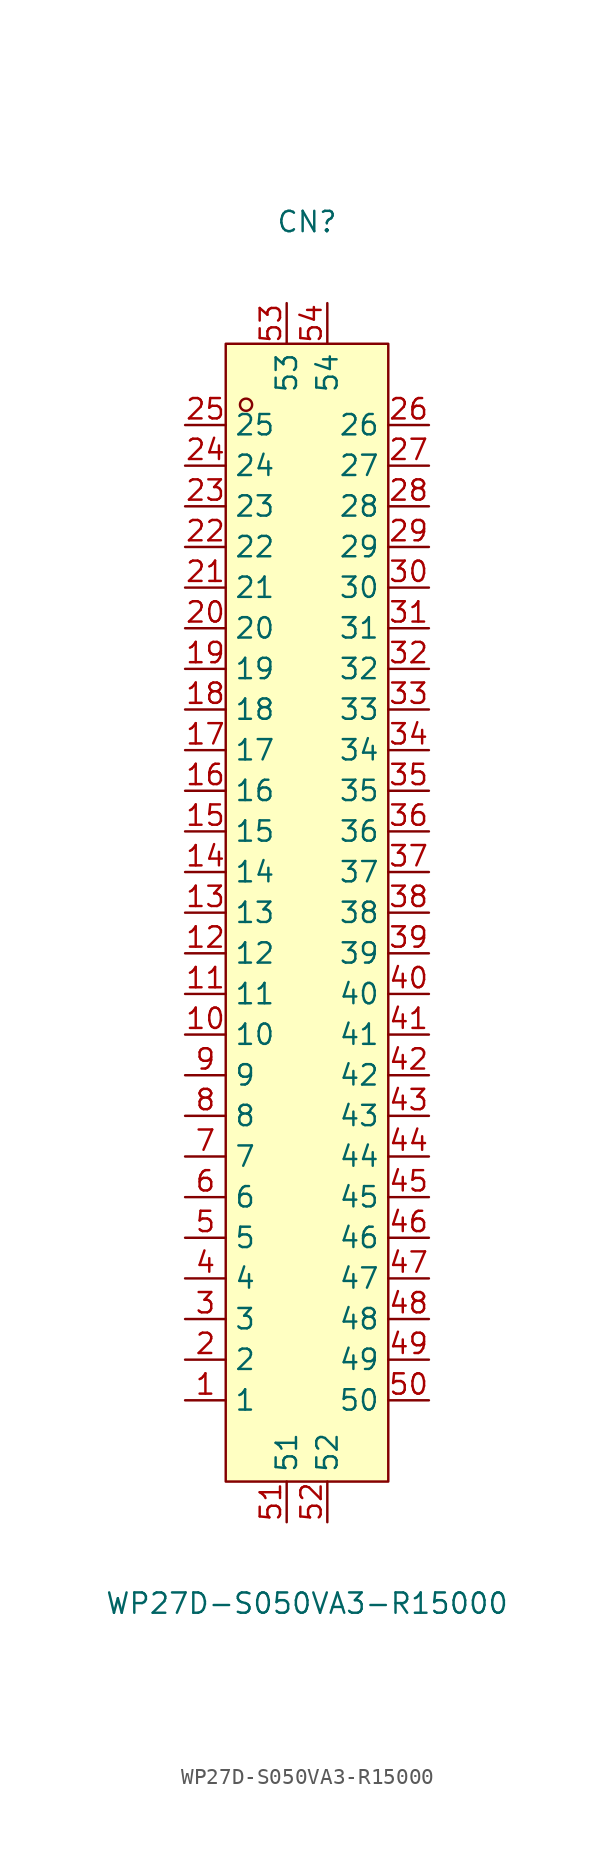
<source format=kicad_sym>
(kicad_symbol_lib
  (version 20220914)
  (generator kicad_symbol_editor)
  (symbol "WP27D-S050VA3-R15000"
    (property "Reference" "CN"
      (at 0 43.18 0)
      (effects (font (size 1.27 1.27))))
    (property "Value" "WP27D-S050VA3-R15000"
      (at 0 -43.18 0)
      (effects (font (size 1.27 1.27))))
    (symbol "WP27D-S050VA3-R15000_0_1"
      (rectangle (start -5.08 35.56) (end 5.08 -35.56) (stroke (width 0) (type default)) (fill (type background)))
      (circle (center -3.81 31.75) (radius 0.38) (stroke (width 0) (type default)) (fill (type none)))
      (pin unspecified line (at 7.62 -30.48 180) (length 2.54) (name "50" (effects (font (size 1.27 1.27)))) (number "50" (effects (font (size 1.27 1.27)))))
      (pin unspecified line (at -1.27 -38.1 90) (length 2.54) (name "51" (effects (font (size 1.27 1.27)))) (number "51" (effects (font (size 1.27 1.27)))))
      (pin unspecified line (at 1.27 -38.1 90) (length 2.54) (name "52" (effects (font (size 1.27 1.27)))) (number "52" (effects (font (size 1.27 1.27)))))
      (pin unspecified line (at -1.27 38.1 270) (length 2.54) (name "53" (effects (font (size 1.27 1.27)))) (number "53" (effects (font (size 1.27 1.27)))))
      (pin unspecified line (at 1.27 38.1 270) (length 2.54) (name "54" (effects (font (size 1.27 1.27)))) (number "54" (effects (font (size 1.27 1.27))))))
    (symbol "WP27D-S050VA3-R15000_1_1"
      (pin unspecified line (at -7.62 -30.48 0) (length 2.54) (name "1" (effects (font (size 1.27 1.27)))) (number "1" (effects (font (size 1.27 1.27)))))
      (pin input line (at -7.62 -7.62 0) (length 2.54) (name "10" (effects (font (size 1.27 1.27)))) (number "10" (effects (font (size 1.27 1.27)))))
      (pin unspecified line (at -7.62 -5.08 0) (length 2.54) (name "11" (effects (font (size 1.27 1.27)))) (number "11" (effects (font (size 1.27 1.27)))))
      (pin unspecified line (at -7.62 -2.54 0) (length 2.54) (name "12" (effects (font (size 1.27 1.27)))) (number "12" (effects (font (size 1.27 1.27)))))
      (pin unspecified line (at -7.62 0 0) (length 2.54) (name "13" (effects (font (size 1.27 1.27)))) (number "13" (effects (font (size 1.27 1.27)))))
      (pin power_in line (at -7.62 2.54 0) (length 2.54) (name "14" (effects (font (size 1.27 1.27)))) (number "14" (effects (font (size 1.27 1.27)))))
      (pin power_in line (at -7.62 5.08 0) (length 2.54) (name "15" (effects (font (size 1.27 1.27)))) (number "15" (effects (font (size 1.27 1.27)))))
      (pin unspecified line (at -7.62 7.62 0) (length 2.54) (name "16" (effects (font (size 1.27 1.27)))) (number "16" (effects (font (size 1.27 1.27)))))
      (pin unspecified line (at -7.62 10.16 0) (length 2.54) (name "17" (effects (font (size 1.27 1.27)))) (number "17" (effects (font (size 1.27 1.27)))))
      (pin unspecified line (at -7.62 12.7 0) (length 2.54) (name "18" (effects (font (size 1.27 1.27)))) (number "18" (effects (font (size 1.27 1.27)))))
      (pin unspecified line (at -7.62 15.24 0) (length 2.54) (name "19" (effects (font (size 1.27 1.27)))) (number "19" (effects (font (size 1.27 1.27)))))
      (pin unspecified line (at -7.62 -27.94 0) (length 2.54) (name "2" (effects (font (size 1.27 1.27)))) (number "2" (effects (font (size 1.27 1.27)))))
      (pin unspecified line (at -7.62 17.78 0) (length 2.54) (name "20" (effects (font (size 1.27 1.27)))) (number "20" (effects (font (size 1.27 1.27)))))
      (pin unspecified line (at -7.62 20.32 0) (length 2.54) (name "21" (effects (font (size 1.27 1.27)))) (number "21" (effects (font (size 1.27 1.27)))))
      (pin unspecified line (at -7.62 22.86 0) (length 2.54) (name "22" (effects (font (size 1.27 1.27)))) (number "22" (effects (font (size 1.27 1.27)))))
      (pin unspecified line (at -7.62 25.4 0) (length 2.54) (name "23" (effects (font (size 1.27 1.27)))) (number "23" (effects (font (size 1.27 1.27)))))
      (pin unspecified line (at -7.62 27.94 0) (length 2.54) (name "24" (effects (font (size 1.27 1.27)))) (number "24" (effects (font (size 1.27 1.27)))))
      (pin unspecified line (at -7.62 30.48 0) (length 2.54) (name "25" (effects (font (size 1.27 1.27)))) (number "25" (effects (font (size 1.27 1.27)))))
      (pin unspecified line (at 7.62 30.48 180) (length 2.54) (name "26" (effects (font (size 1.27 1.27)))) (number "26" (effects (font (size 1.27 1.27)))))
      (pin unspecified line (at 7.62 27.94 180) (length 2.54) (name "27" (effects (font (size 1.27 1.27)))) (number "27" (effects (font (size 1.27 1.27)))))
      (pin unspecified line (at 7.62 25.4 180) (length 2.54) (name "28" (effects (font (size 1.27 1.27)))) (number "28" (effects (font (size 1.27 1.27)))))
      (pin unspecified line (at 7.62 22.86 180) (length 2.54) (name "29" (effects (font (size 1.27 1.27)))) (number "29" (effects (font (size 1.27 1.27)))))
      (pin unspecified line (at -7.62 -25.4 0) (length 2.54) (name "3" (effects (font (size 1.27 1.27)))) (number "3" (effects (font (size 1.27 1.27)))))
      (pin unspecified line (at 7.62 20.32 180) (length 2.54) (name "30" (effects (font (size 1.27 1.27)))) (number "30" (effects (font (size 1.27 1.27)))))
      (pin unspecified line (at 7.62 17.78 180) (length 2.54) (name "31" (effects (font (size 1.27 1.27)))) (number "31" (effects (font (size 1.27 1.27)))))
      (pin unspecified line (at 7.62 15.24 180) (length 2.54) (name "32" (effects (font (size 1.27 1.27)))) (number "32" (effects (font (size 1.27 1.27)))))
      (pin unspecified line (at 7.62 12.7 180) (length 2.54) (name "33" (effects (font (size 1.27 1.27)))) (number "33" (effects (font (size 1.27 1.27)))))
      (pin unspecified line (at 7.62 10.16 180) (length 2.54) (name "34" (effects (font (size 1.27 1.27)))) (number "34" (effects (font (size 1.27 1.27)))))
      (pin unspecified line (at 7.62 7.62 180) (length 2.54) (name "35" (effects (font (size 1.27 1.27)))) (number "35" (effects (font (size 1.27 1.27)))))
      (pin unspecified line (at 7.62 5.08 180) (length 2.54) (name "36" (effects (font (size 1.27 1.27)))) (number "36" (effects (font (size 1.27 1.27)))))
      (pin unspecified line (at 7.62 2.54 180) (length 2.54) (name "37" (effects (font (size 1.27 1.27)))) (number "37" (effects (font (size 1.27 1.27)))))
      (pin unspecified line (at 7.62 0 180) (length 2.54) (name "38" (effects (font (size 1.27 1.27)))) (number "38" (effects (font (size 1.27 1.27)))))
      (pin unspecified line (at 7.62 -2.54 180) (length 2.54) (name "39" (effects (font (size 1.27 1.27)))) (number "39" (effects (font (size 1.27 1.27)))))
      (pin unspecified line (at -7.62 -22.86 0) (length 2.54) (name "4" (effects (font (size 1.27 1.27)))) (number "4" (effects (font (size 1.27 1.27)))))
      (pin unspecified line (at 7.62 -5.08 180) (length 2.54) (name "40" (effects (font (size 1.27 1.27)))) (number "40" (effects (font (size 1.27 1.27)))))
      (pin input line (at 7.62 -7.62 180) (length 2.54) (name "41" (effects (font (size 1.27 1.27)))) (number "41" (effects (font (size 1.27 1.27)))))
      (pin input line (at 7.62 -10.16 180) (length 2.54) (name "42" (effects (font (size 1.27 1.27)))) (number "42" (effects (font (size 1.27 1.27)))))
      (pin input line (at 7.62 -12.7 180) (length 2.54) (name "43" (effects (font (size 1.27 1.27)))) (number "43" (effects (font (size 1.27 1.27)))))
      (pin input line (at 7.62 -15.24 180) (length 2.54) (name "44" (effects (font (size 1.27 1.27)))) (number "44" (effects (font (size 1.27 1.27)))))
      (pin unspecified line (at 7.62 -17.78 180) (length 2.54) (name "45" (effects (font (size 1.27 1.27)))) (number "45" (effects (font (size 1.27 1.27)))))
      (pin unspecified line (at 7.62 -20.32 180) (length 2.54) (name "46" (effects (font (size 1.27 1.27)))) (number "46" (effects (font (size 1.27 1.27)))))
      (pin unspecified line (at 7.62 -22.86 180) (length 2.54) (name "47" (effects (font (size 1.27 1.27)))) (number "47" (effects (font (size 1.27 1.27)))))
      (pin unspecified line (at 7.62 -25.4 180) (length 2.54) (name "48" (effects (font (size 1.27 1.27)))) (number "48" (effects (font (size 1.27 1.27)))))
      (pin unspecified line (at 7.62 -27.94 180) (length 2.54) (name "49" (effects (font (size 1.27 1.27)))) (number "49" (effects (font (size 1.27 1.27)))))
      (pin unspecified line (at -7.62 -20.32 0) (length 2.54) (name "5" (effects (font (size 1.27 1.27)))) (number "5" (effects (font (size 1.27 1.27)))))
      (pin unspecified line (at -7.62 -17.78 0) (length 2.54) (name "6" (effects (font (size 1.27 1.27)))) (number "6" (effects (font (size 1.27 1.27)))))
      (pin input line (at -7.62 -15.24 0) (length 2.54) (name "7" (effects (font (size 1.27 1.27)))) (number "7" (effects (font (size 1.27 1.27)))))
      (pin input line (at -7.62 -12.7 0) (length 2.54) (name "8" (effects (font (size 1.27 1.27)))) (number "8" (effects (font (size 1.27 1.27)))))
      (pin input line (at -7.62 -10.16 0) (length 2.54) (name "9" (effects (font (size 1.27 1.27)))) (number "9" (effects (font (size 1.27 1.27))))))))
</source>
